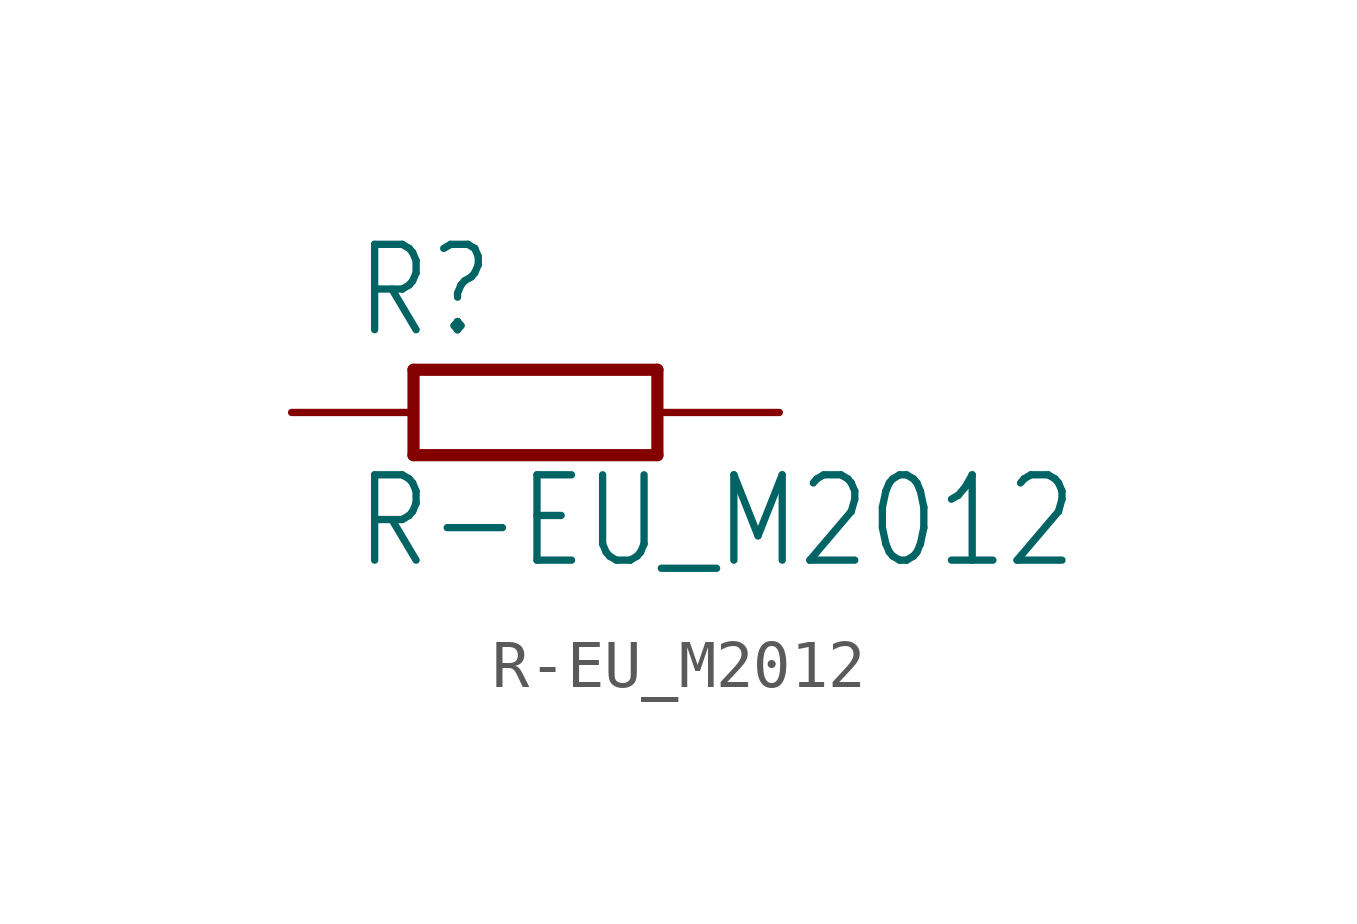
<source format=kicad_sym>
(kicad_symbol_lib
  (version 20220914)
  (generator kicad_symbol_editor)
  (symbol "R-EU_M2012"
    (property "Reference" "R"
      (at -3.81 1.499 0)
      (effects (font (size 1.778 1.511)) (justify left bottom)))
    (property "Value" "R-EU_M2012"
      (at -3.81 -3.302 0)
      (effects (font (size 1.778 1.511)) (justify left bottom)))
    (property "ki_locked" ""
      (at 0 0 0)
      (effects (font (size 1.27 1.27))))
    (symbol "R-EU_M2012_1_0"
      (polyline (pts (xy -2.54 -0.889) (xy -2.54 0.889)) (stroke (width 0.254) (type default)) (fill (type none)))
      (polyline (pts (xy -2.54 -0.889) (xy 2.54 -0.889)) (stroke (width 0.254) (type default)) (fill (type none)))
      (polyline (pts (xy 2.54 -0.889) (xy 2.54 0.889)) (stroke (width 0.254) (type default)) (fill (type none)))
      (polyline (pts (xy 2.54 0.889) (xy -2.54 0.889)) (stroke (width 0.254) (type default)) (fill (type none)))
      (pin passive line (at -5.08 0 0) (length 2.54) (name "1" (effects (font (size 0 0)))) (number "1" (effects (font (size 0 0)))))
      (pin passive line (at 5.08 0 180) (length 2.54) (name "2" (effects (font (size 0 0)))) (number "2" (effects (font (size 0 0))))))))
</source>
